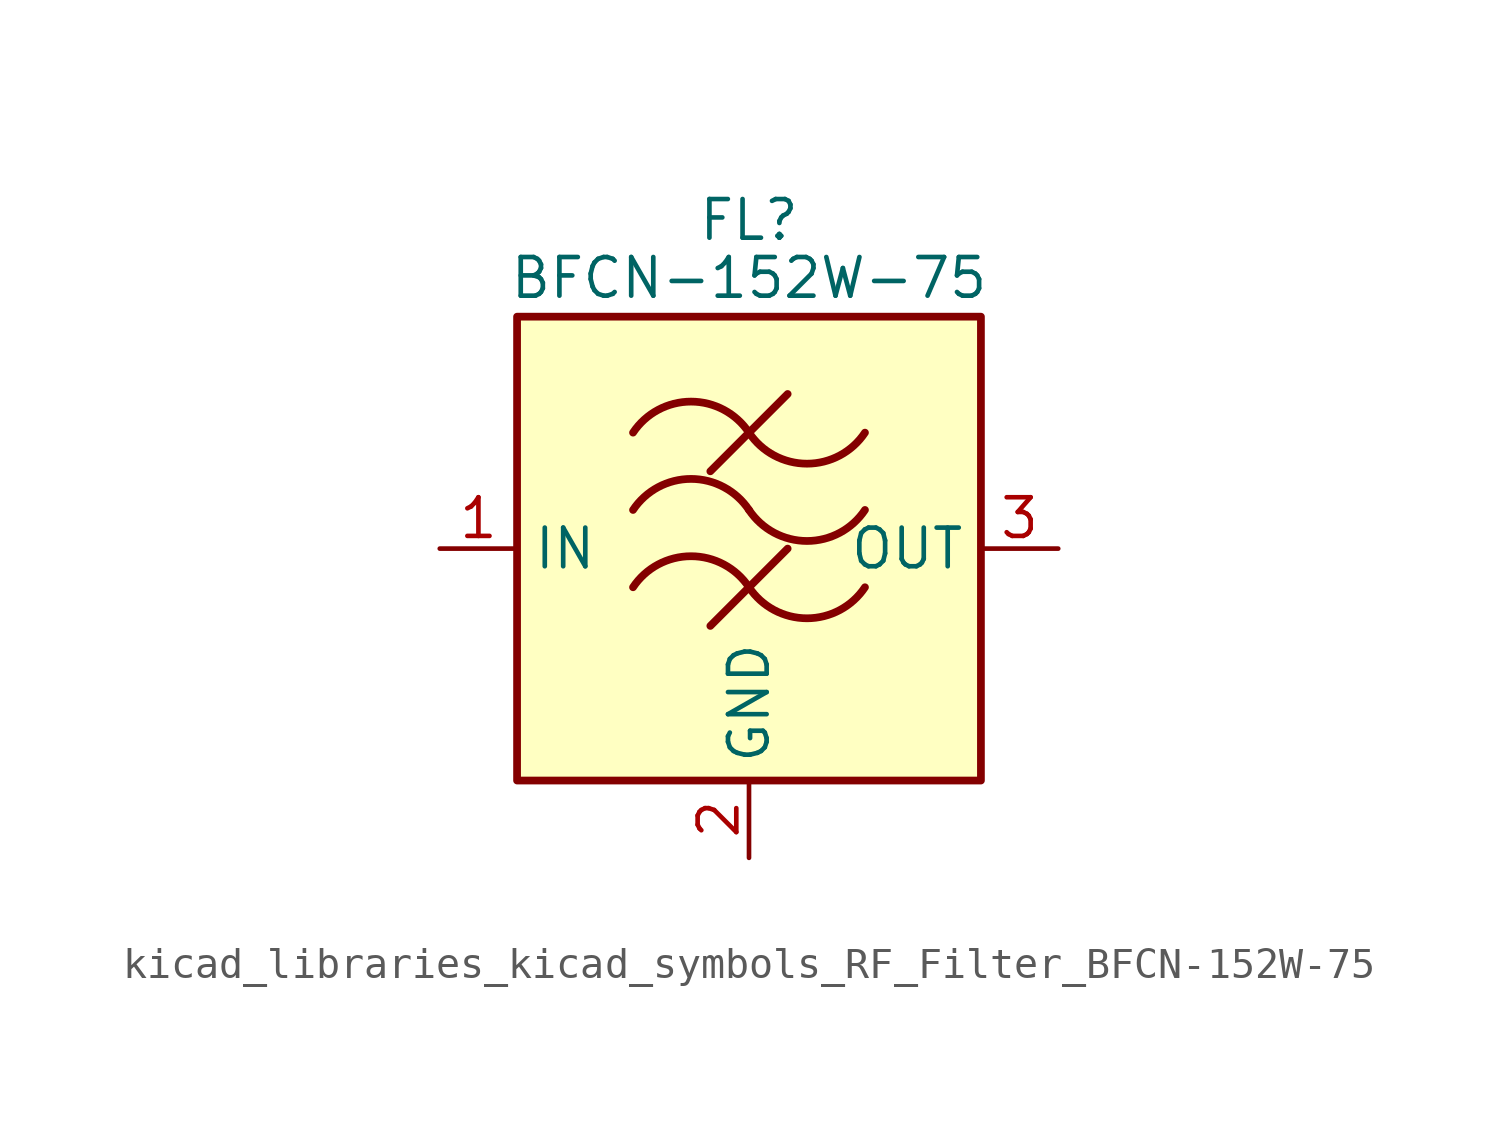
<source format=kicad_sym>
(kicad_symbol_lib
  (version 20220914)
  (generator kicad_symbol_editor)
  (symbol "kicad_libraries_kicad_symbols_RF_Filter_BFCN-152W-75"
    (property "Reference" "FL"
      (at 0 10.795 0)
      (effects (font (size 1.27 1.27))))
    (property "Value" "BFCN-152W-75"
      (at 0 8.89 0)
      (effects (font (size 1.27 1.27))))
    (symbol "kicad_libraries_kicad_symbols_RF_Filter_BFCN-152W-75_0_1"
      (rectangle (start -7.62 7.62) (end 7.62 -7.62) (stroke (width 0.254) (type default)) (fill (type background)))
      (arc (start 0 -1.27) (mid -1.905 -0.2505) (end -3.81 -1.27) (stroke (width 0.254) (type default)) (fill (type none)))
      (arc (start 0 -1.27) (mid 1.905 -2.2895) (end 3.81 -1.27) (stroke (width 0.254) (type default)) (fill (type none)))
      (polyline (pts (xy -1.27 -2.54) (xy 1.27 0)) (stroke (width 0.254) (type default)) (fill (type none)))
      (polyline (pts (xy -1.27 2.54) (xy 1.27 5.08)) (stroke (width 0.254) (type default)) (fill (type none)))
      (arc (start 0 1.27) (mid -1.905 2.2895) (end -3.81 1.27) (stroke (width 0.254) (type default)) (fill (type none)))
      (arc (start 0 1.27) (mid 1.905 0.2505) (end 3.81 1.27) (stroke (width 0.254) (type default)) (fill (type none)))
      (arc (start 0 3.81) (mid -1.905 4.8295) (end -3.81 3.81) (stroke (width 0.254) (type default)) (fill (type none)))
      (arc (start 0 3.81) (mid 1.905 2.7905) (end 3.81 3.81) (stroke (width 0.254) (type default)) (fill (type none))))
    (symbol "kicad_libraries_kicad_symbols_RF_Filter_BFCN-152W-75_1_1"
      (pin passive line (at -10.16 0 0) (length 2.54) (name "IN" (effects (font (size 1.27 1.27)))) (number "1" (effects (font (size 1.27 1.27)))))
      (pin passive line (at 0 -10.16 90) (length 2.54) (name "GND" (effects (font (size 1.27 1.27)))) (number "2" (effects (font (size 1.27 1.27)))))
      (pin passive line (at 10.16 0 180) (length 2.54) (name "OUT" (effects (font (size 1.27 1.27)))) (number "3" (effects (font (size 1.27 1.27))))))))
</source>
